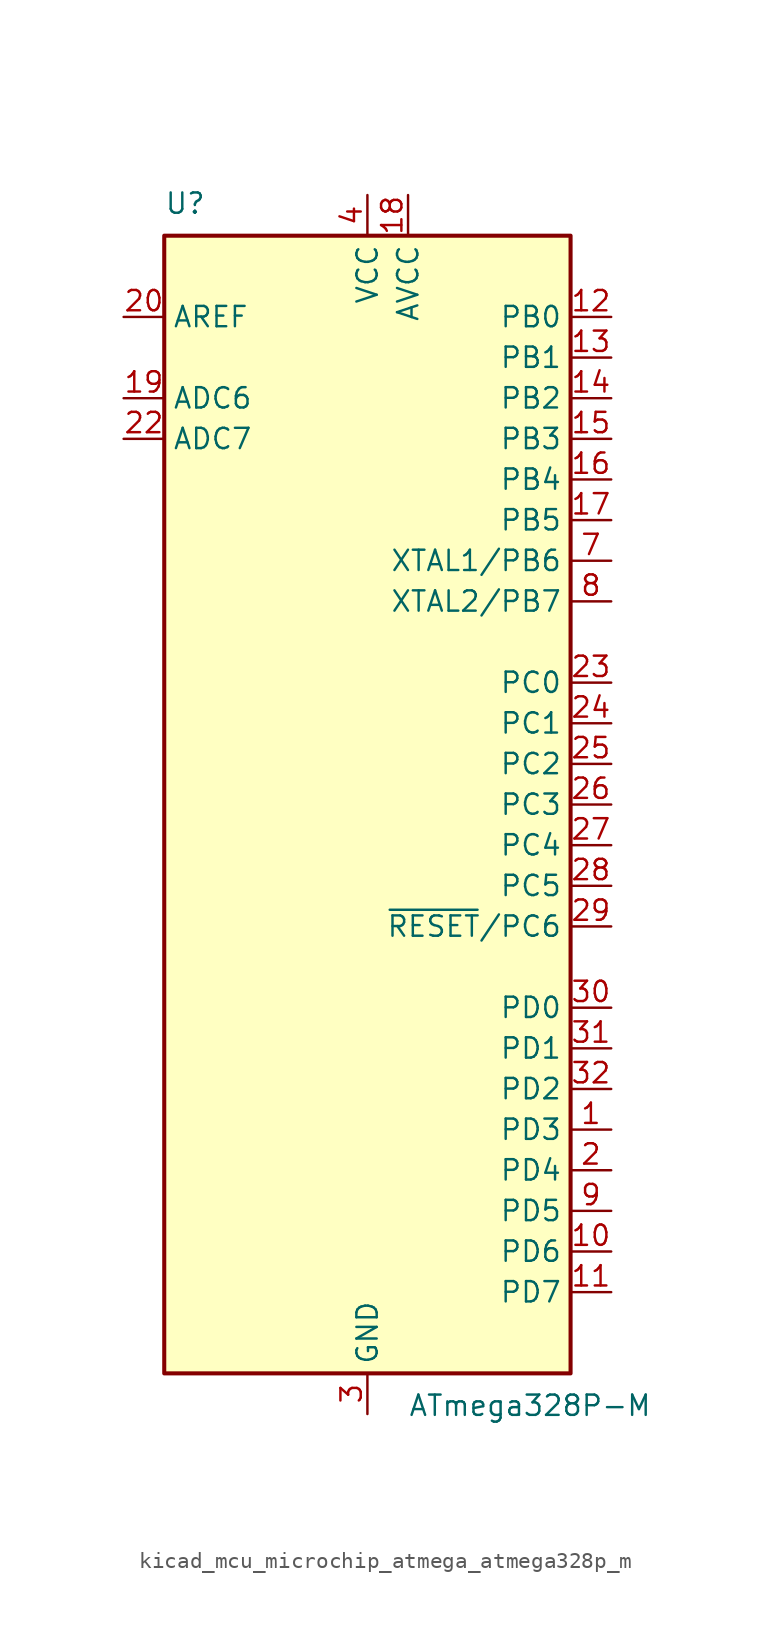
<source format=kicad_sym>
(kicad_symbol_lib
  (version 20220914)
  (generator kicad_symbol_editor)
  (symbol "kicad_mcu_microchip_atmega_atmega328p_m"
    (property "Reference" "U"
      (at -12.7 36.83 0)
      (effects (font (size 1.27 1.27)) (justify left bottom)))
    (property "Value" "ATmega328P-M"
      (at 2.54 -36.83 0)
      (effects (font (size 1.27 1.27)) (justify left top)))
    (symbol "kicad_mcu_microchip_atmega_atmega328p_m_0_1"
      (rectangle (start -12.7 -35.56) (end 12.7 35.56) (stroke (width 0.254) (type default)) (fill (type background))))
    (symbol "kicad_mcu_microchip_atmega_atmega328p_m_1_1"
      (pin bidirectional line (at 15.24 -20.32 180) (length 2.54) (name "PD3" (effects (font (size 1.27 1.27)))) (number "1" (effects (font (size 1.27 1.27)))))
      (pin bidirectional line (at 15.24 -27.94 180) (length 2.54) (name "PD6" (effects (font (size 1.27 1.27)))) (number "10" (effects (font (size 1.27 1.27)))))
      (pin bidirectional line (at 15.24 -30.48 180) (length 2.54) (name "PD7" (effects (font (size 1.27 1.27)))) (number "11" (effects (font (size 1.27 1.27)))))
      (pin bidirectional line (at 15.24 30.48 180) (length 2.54) (name "PB0" (effects (font (size 1.27 1.27)))) (number "12" (effects (font (size 1.27 1.27)))))
      (pin bidirectional line (at 15.24 27.94 180) (length 2.54) (name "PB1" (effects (font (size 1.27 1.27)))) (number "13" (effects (font (size 1.27 1.27)))))
      (pin bidirectional line (at 15.24 25.4 180) (length 2.54) (name "PB2" (effects (font (size 1.27 1.27)))) (number "14" (effects (font (size 1.27 1.27)))))
      (pin bidirectional line (at 15.24 22.86 180) (length 2.54) (name "PB3" (effects (font (size 1.27 1.27)))) (number "15" (effects (font (size 1.27 1.27)))))
      (pin bidirectional line (at 15.24 20.32 180) (length 2.54) (name "PB4" (effects (font (size 1.27 1.27)))) (number "16" (effects (font (size 1.27 1.27)))))
      (pin bidirectional line (at 15.24 17.78 180) (length 2.54) (name "PB5" (effects (font (size 1.27 1.27)))) (number "17" (effects (font (size 1.27 1.27)))))
      (pin power_in line (at 2.54 38.1 270) (length 2.54) (name "AVCC" (effects (font (size 1.27 1.27)))) (number "18" (effects (font (size 1.27 1.27)))))
      (pin input line (at -15.24 25.4 0) (length 2.54) (name "ADC6" (effects (font (size 1.27 1.27)))) (number "19" (effects (font (size 1.27 1.27)))))
      (pin bidirectional line (at 15.24 -22.86 180) (length 2.54) (name "PD4" (effects (font (size 1.27 1.27)))) (number "2" (effects (font (size 1.27 1.27)))))
      (pin passive line (at -15.24 30.48 0) (length 2.54) (name "AREF" (effects (font (size 1.27 1.27)))) (number "20" (effects (font (size 1.27 1.27)))))
      (pin passive line (at 0 -38.1 90) (length 2.54) hide (name "GND" (effects (font (size 1.27 1.27)))) (number "21" (effects (font (size 1.27 1.27)))))
      (pin input line (at -15.24 22.86 0) (length 2.54) (name "ADC7" (effects (font (size 1.27 1.27)))) (number "22" (effects (font (size 1.27 1.27)))))
      (pin bidirectional line (at 15.24 7.62 180) (length 2.54) (name "PC0" (effects (font (size 1.27 1.27)))) (number "23" (effects (font (size 1.27 1.27)))))
      (pin bidirectional line (at 15.24 5.08 180) (length 2.54) (name "PC1" (effects (font (size 1.27 1.27)))) (number "24" (effects (font (size 1.27 1.27)))))
      (pin bidirectional line (at 15.24 2.54 180) (length 2.54) (name "PC2" (effects (font (size 1.27 1.27)))) (number "25" (effects (font (size 1.27 1.27)))))
      (pin bidirectional line (at 15.24 0 180) (length 2.54) (name "PC3" (effects (font (size 1.27 1.27)))) (number "26" (effects (font (size 1.27 1.27)))))
      (pin bidirectional line (at 15.24 -2.54 180) (length 2.54) (name "PC4" (effects (font (size 1.27 1.27)))) (number "27" (effects (font (size 1.27 1.27)))))
      (pin bidirectional line (at 15.24 -5.08 180) (length 2.54) (name "PC5" (effects (font (size 1.27 1.27)))) (number "28" (effects (font (size 1.27 1.27)))))
      (pin bidirectional line (at 15.24 -7.62 180) (length 2.54) (name "~{RESET}/PC6" (effects (font (size 1.27 1.27)))) (number "29" (effects (font (size 1.27 1.27)))))
      (pin power_in line (at 0 -38.1 90) (length 2.54) (name "GND" (effects (font (size 1.27 1.27)))) (number "3" (effects (font (size 1.27 1.27)))))
      (pin bidirectional line (at 15.24 -12.7 180) (length 2.54) (name "PD0" (effects (font (size 1.27 1.27)))) (number "30" (effects (font (size 1.27 1.27)))))
      (pin bidirectional line (at 15.24 -15.24 180) (length 2.54) (name "PD1" (effects (font (size 1.27 1.27)))) (number "31" (effects (font (size 1.27 1.27)))))
      (pin bidirectional line (at 15.24 -17.78 180) (length 2.54) (name "PD2" (effects (font (size 1.27 1.27)))) (number "32" (effects (font (size 1.27 1.27)))))
      (pin passive line (at 0 -38.1 90) (length 2.54) hide (name "GND" (effects (font (size 1.27 1.27)))) (number "33" (effects (font (size 1.27 1.27)))))
      (pin power_in line (at 0 38.1 270) (length 2.54) (name "VCC" (effects (font (size 1.27 1.27)))) (number "4" (effects (font (size 1.27 1.27)))))
      (pin passive line (at 0 -38.1 90) (length 2.54) hide (name "GND" (effects (font (size 1.27 1.27)))) (number "5" (effects (font (size 1.27 1.27)))))
      (pin passive line (at 0 38.1 270) (length 2.54) hide (name "VCC" (effects (font (size 1.27 1.27)))) (number "6" (effects (font (size 1.27 1.27)))))
      (pin bidirectional line (at 15.24 15.24 180) (length 2.54) (name "XTAL1/PB6" (effects (font (size 1.27 1.27)))) (number "7" (effects (font (size 1.27 1.27)))))
      (pin bidirectional line (at 15.24 12.7 180) (length 2.54) (name "XTAL2/PB7" (effects (font (size 1.27 1.27)))) (number "8" (effects (font (size 1.27 1.27)))))
      (pin bidirectional line (at 15.24 -25.4 180) (length 2.54) (name "PD5" (effects (font (size 1.27 1.27)))) (number "9" (effects (font (size 1.27 1.27))))))))
</source>
